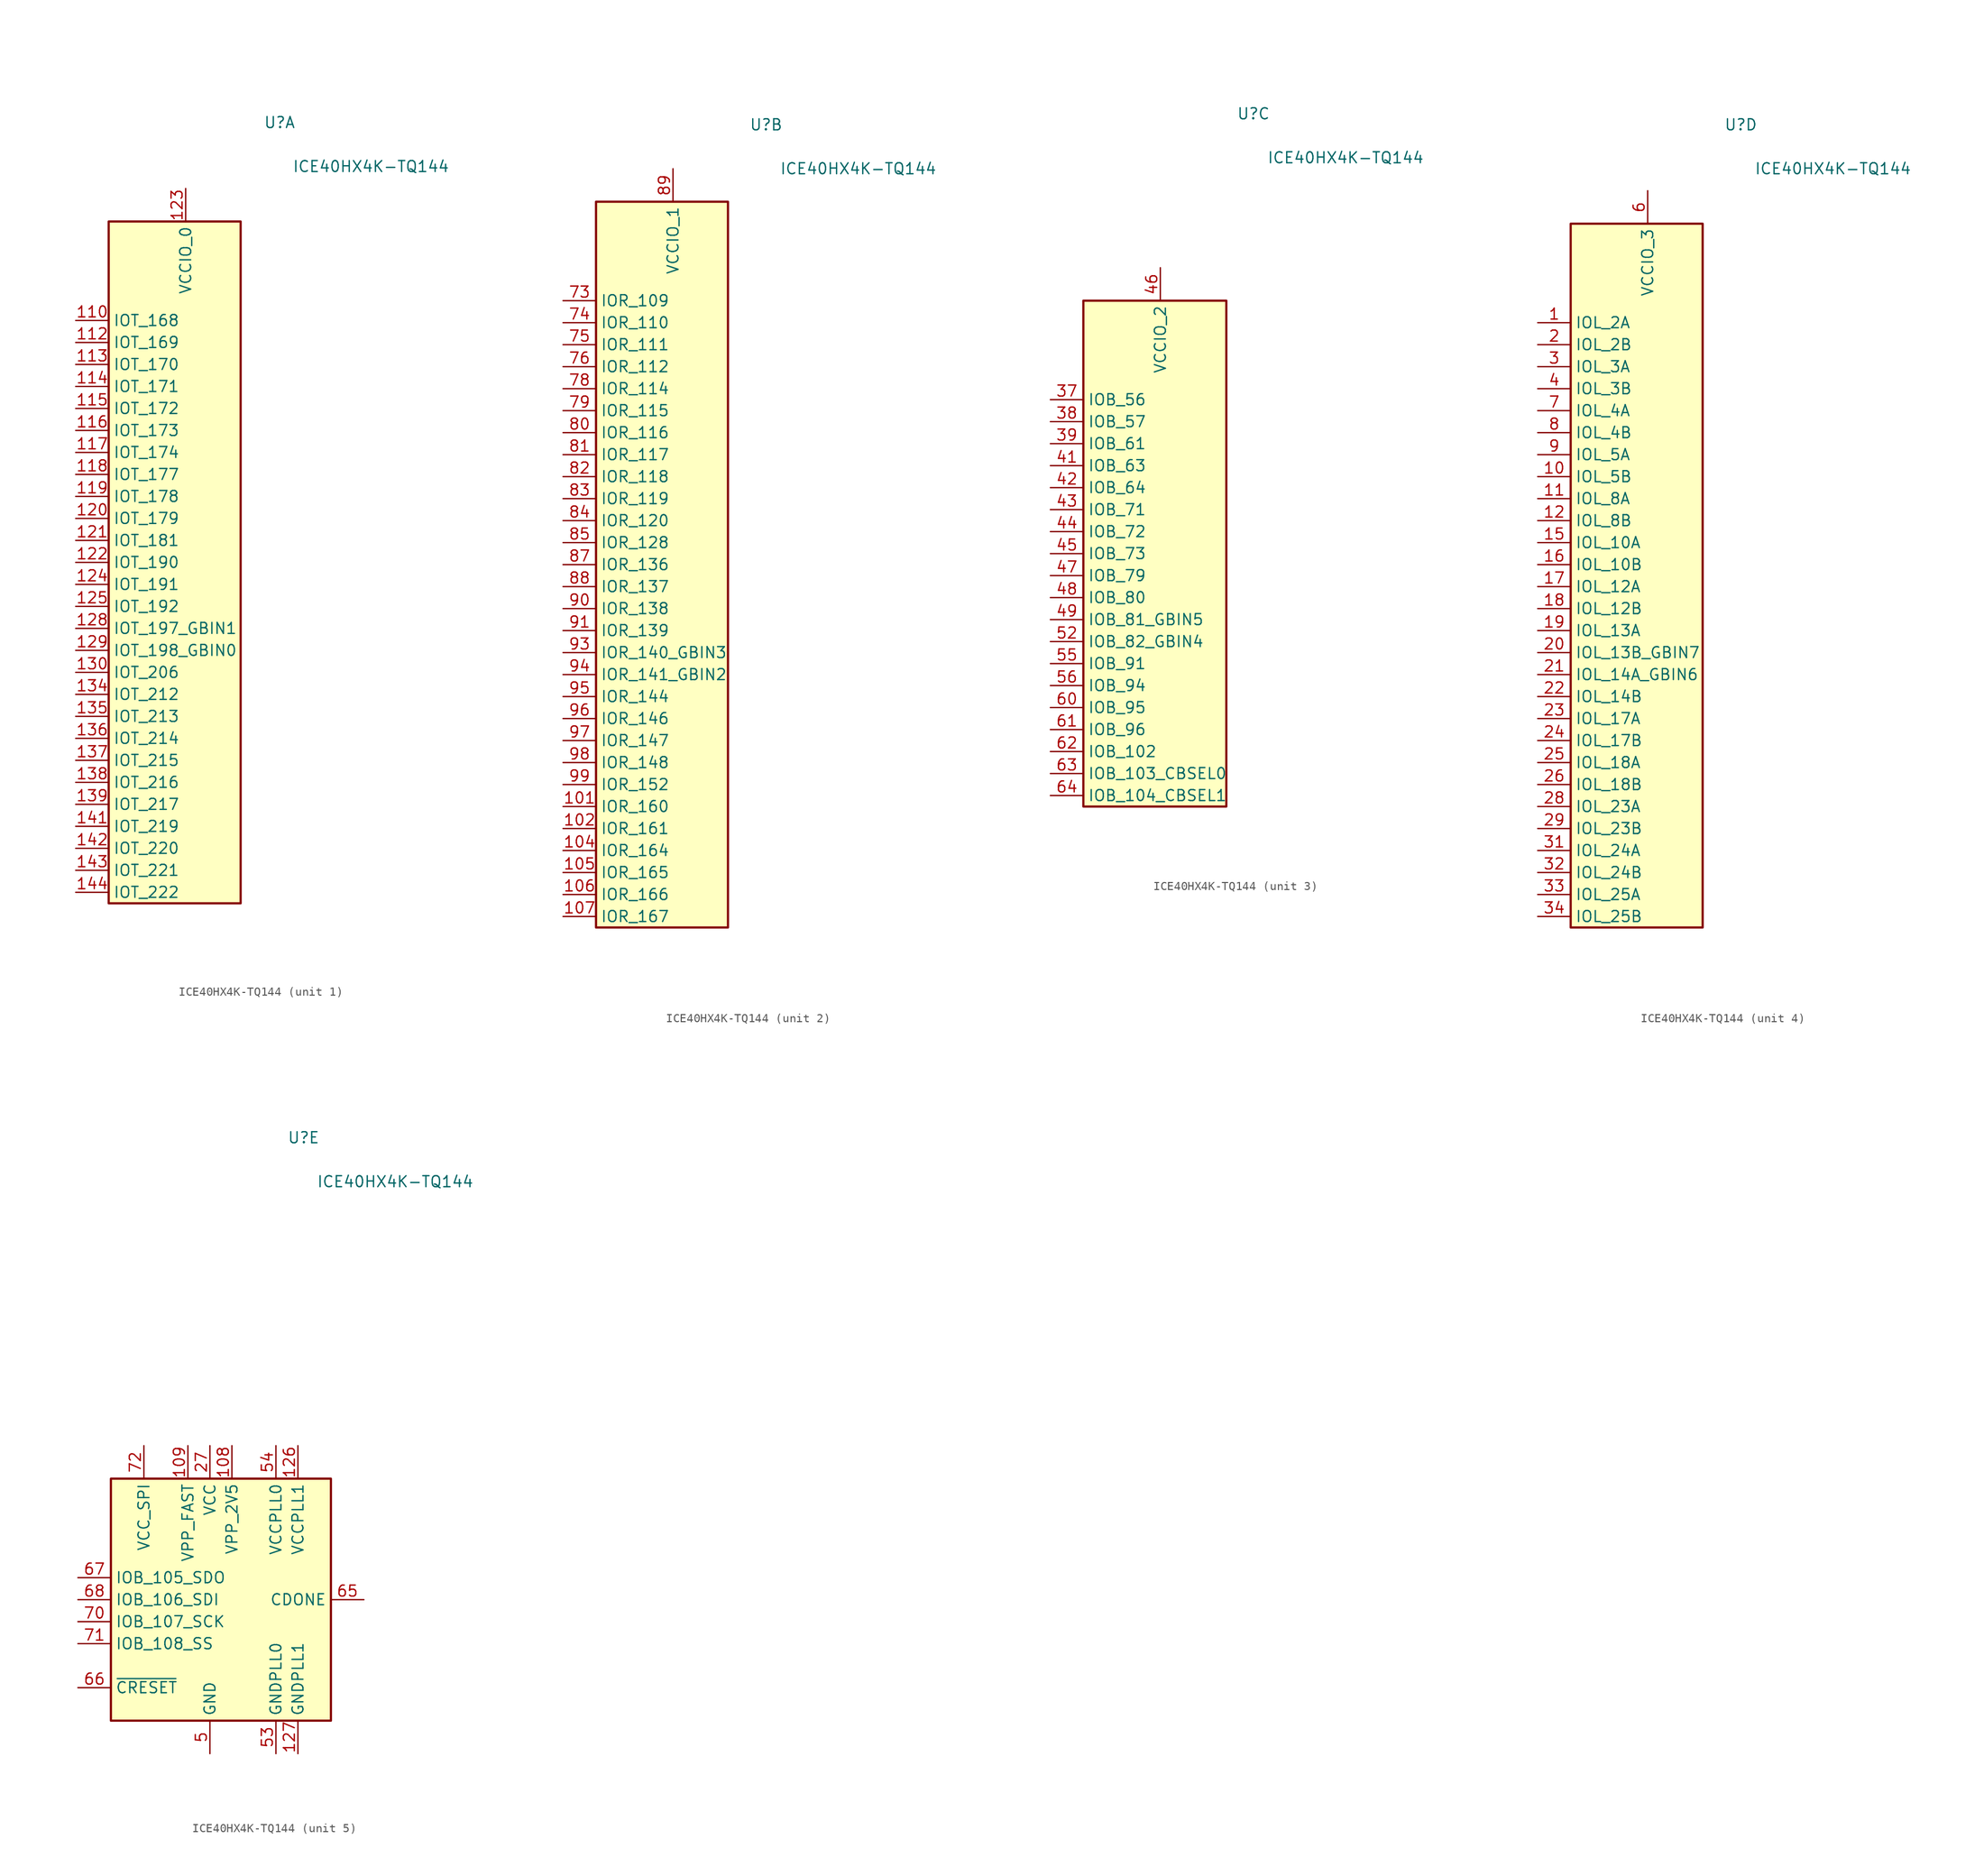
<source format=kicad_sym>
(kicad_symbol_lib
  (version 20220914)
  (generator kicad_symbol_editor)
  (symbol "ICE40HX4K-TQ144"
    (property "Reference" "U"
      (at 12.7 53.34 0)
      (effects (font (size 1.27 1.27)) (justify right)))
    (property "Value" "ICE40HX4K-TQ144"
      (at 30.48 48.26 0)
      (effects (font (size 1.27 1.27)) (justify right)))
    (property "ki_locked" ""
      (at 0 0 0)
      (effects (font (size 1.27 1.27))))
    (symbol "ICE40HX4K-TQ144_1_1"
      (rectangle (start -8.89 41.91) (end 6.35 -36.83) (stroke (width 0.254) (type solid)) (fill (type background)))
      (pin bidirectional line (at -12.7 30.48 0) (length 3.81) (name "IOT_168" (effects (font (size 1.27 1.27)))) (number "110" (effects (font (size 1.27 1.27)))))
      (pin bidirectional line (at -12.7 27.94 0) (length 3.81) (name "IOT_169" (effects (font (size 1.27 1.27)))) (number "112" (effects (font (size 1.27 1.27)))))
      (pin bidirectional line (at -12.7 25.4 0) (length 3.81) (name "IOT_170" (effects (font (size 1.27 1.27)))) (number "113" (effects (font (size 1.27 1.27)))))
      (pin bidirectional line (at -12.7 22.86 0) (length 3.81) (name "IOT_171" (effects (font (size 1.27 1.27)))) (number "114" (effects (font (size 1.27 1.27)))))
      (pin bidirectional line (at -12.7 20.32 0) (length 3.81) (name "IOT_172" (effects (font (size 1.27 1.27)))) (number "115" (effects (font (size 1.27 1.27)))))
      (pin bidirectional line (at -12.7 17.78 0) (length 3.81) (name "IOT_173" (effects (font (size 1.27 1.27)))) (number "116" (effects (font (size 1.27 1.27)))))
      (pin bidirectional line (at -12.7 15.24 0) (length 3.81) (name "IOT_174" (effects (font (size 1.27 1.27)))) (number "117" (effects (font (size 1.27 1.27)))))
      (pin bidirectional line (at -12.7 12.7 0) (length 3.81) (name "IOT_177" (effects (font (size 1.27 1.27)))) (number "118" (effects (font (size 1.27 1.27)))))
      (pin bidirectional line (at -12.7 10.16 0) (length 3.81) (name "IOT_178" (effects (font (size 1.27 1.27)))) (number "119" (effects (font (size 1.27 1.27)))))
      (pin bidirectional line (at -12.7 7.62 0) (length 3.81) (name "IOT_179" (effects (font (size 1.27 1.27)))) (number "120" (effects (font (size 1.27 1.27)))))
      (pin bidirectional line (at -12.7 5.08 0) (length 3.81) (name "IOT_181" (effects (font (size 1.27 1.27)))) (number "121" (effects (font (size 1.27 1.27)))))
      (pin bidirectional line (at -12.7 2.54 0) (length 3.81) (name "IOT_190" (effects (font (size 1.27 1.27)))) (number "122" (effects (font (size 1.27 1.27)))))
      (pin power_in line (at 0 45.72 270) (length 3.81) (name "VCCIO_0" (effects (font (size 1.27 1.27)))) (number "123" (effects (font (size 1.27 1.27)))))
      (pin bidirectional line (at -12.7 0 0) (length 3.81) (name "IOT_191" (effects (font (size 1.27 1.27)))) (number "124" (effects (font (size 1.27 1.27)))))
      (pin bidirectional line (at -12.7 -2.54 0) (length 3.81) (name "IOT_192" (effects (font (size 1.27 1.27)))) (number "125" (effects (font (size 1.27 1.27)))))
      (pin bidirectional line (at -12.7 -5.08 0) (length 3.81) (name "IOT_197_GBIN1" (effects (font (size 1.27 1.27)))) (number "128" (effects (font (size 1.27 1.27)))))
      (pin bidirectional line (at -12.7 -7.62 0) (length 3.81) (name "IOT_198_GBIN0" (effects (font (size 1.27 1.27)))) (number "129" (effects (font (size 1.27 1.27)))))
      (pin bidirectional line (at -12.7 -10.16 0) (length 3.81) (name "IOT_206" (effects (font (size 1.27 1.27)))) (number "130" (effects (font (size 1.27 1.27)))))
      (pin passive line (at 0 45.72 270) (length 3.81) hide (name "VCCIO_0" (effects (font (size 1.27 1.27)))) (number "131" (effects (font (size 1.27 1.27)))))
      (pin bidirectional line (at -12.7 -12.7 0) (length 3.81) (name "IOT_212" (effects (font (size 1.27 1.27)))) (number "134" (effects (font (size 1.27 1.27)))))
      (pin bidirectional line (at -12.7 -15.24 0) (length 3.81) (name "IOT_213" (effects (font (size 1.27 1.27)))) (number "135" (effects (font (size 1.27 1.27)))))
      (pin bidirectional line (at -12.7 -17.78 0) (length 3.81) (name "IOT_214" (effects (font (size 1.27 1.27)))) (number "136" (effects (font (size 1.27 1.27)))))
      (pin bidirectional line (at -12.7 -20.32 0) (length 3.81) (name "IOT_215" (effects (font (size 1.27 1.27)))) (number "137" (effects (font (size 1.27 1.27)))))
      (pin bidirectional line (at -12.7 -22.86 0) (length 3.81) (name "IOT_216" (effects (font (size 1.27 1.27)))) (number "138" (effects (font (size 1.27 1.27)))))
      (pin bidirectional line (at -12.7 -25.4 0) (length 3.81) (name "IOT_217" (effects (font (size 1.27 1.27)))) (number "139" (effects (font (size 1.27 1.27)))))
      (pin bidirectional line (at -12.7 -27.94 0) (length 3.81) (name "IOT_219" (effects (font (size 1.27 1.27)))) (number "141" (effects (font (size 1.27 1.27)))))
      (pin bidirectional line (at -12.7 -30.48 0) (length 3.81) (name "IOT_220" (effects (font (size 1.27 1.27)))) (number "142" (effects (font (size 1.27 1.27)))))
      (pin bidirectional line (at -12.7 -33.02 0) (length 3.81) (name "IOT_221" (effects (font (size 1.27 1.27)))) (number "143" (effects (font (size 1.27 1.27)))))
      (pin bidirectional line (at -12.7 -35.56 0) (length 3.81) (name "IOT_222" (effects (font (size 1.27 1.27)))) (number "144" (effects (font (size 1.27 1.27))))))
    (symbol "ICE40HX4K-TQ144_2_1"
      (rectangle (start -8.89 44.45) (end 6.35 -39.37) (stroke (width 0.254) (type solid)) (fill (type background)))
      (pin passive line (at 0 48.26 270) (length 3.81) hide (name "VCCIO_1" (effects (font (size 1.27 1.27)))) (number "100" (effects (font (size 1.27 1.27)))))
      (pin bidirectional line (at -12.7 -25.4 0) (length 3.81) (name "IOR_160" (effects (font (size 1.27 1.27)))) (number "101" (effects (font (size 1.27 1.27)))))
      (pin bidirectional line (at -12.7 -27.94 0) (length 3.81) (name "IOR_161" (effects (font (size 1.27 1.27)))) (number "102" (effects (font (size 1.27 1.27)))))
      (pin bidirectional line (at -12.7 -30.48 0) (length 3.81) (name "IOR_164" (effects (font (size 1.27 1.27)))) (number "104" (effects (font (size 1.27 1.27)))))
      (pin bidirectional line (at -12.7 -33.02 0) (length 3.81) (name "IOR_165" (effects (font (size 1.27 1.27)))) (number "105" (effects (font (size 1.27 1.27)))))
      (pin bidirectional line (at -12.7 -35.56 0) (length 3.81) (name "IOR_166" (effects (font (size 1.27 1.27)))) (number "106" (effects (font (size 1.27 1.27)))))
      (pin bidirectional line (at -12.7 -38.1 0) (length 3.81) (name "IOR_167" (effects (font (size 1.27 1.27)))) (number "107" (effects (font (size 1.27 1.27)))))
      (pin bidirectional line (at -12.7 33.02 0) (length 3.81) (name "IOR_109" (effects (font (size 1.27 1.27)))) (number "73" (effects (font (size 1.27 1.27)))))
      (pin bidirectional line (at -12.7 30.48 0) (length 3.81) (name "IOR_110" (effects (font (size 1.27 1.27)))) (number "74" (effects (font (size 1.27 1.27)))))
      (pin bidirectional line (at -12.7 27.94 0) (length 3.81) (name "IOR_111" (effects (font (size 1.27 1.27)))) (number "75" (effects (font (size 1.27 1.27)))))
      (pin bidirectional line (at -12.7 25.4 0) (length 3.81) (name "IOR_112" (effects (font (size 1.27 1.27)))) (number "76" (effects (font (size 1.27 1.27)))))
      (pin bidirectional line (at -12.7 22.86 0) (length 3.81) (name "IOR_114" (effects (font (size 1.27 1.27)))) (number "78" (effects (font (size 1.27 1.27)))))
      (pin bidirectional line (at -12.7 20.32 0) (length 3.81) (name "IOR_115" (effects (font (size 1.27 1.27)))) (number "79" (effects (font (size 1.27 1.27)))))
      (pin bidirectional line (at -12.7 17.78 0) (length 3.81) (name "IOR_116" (effects (font (size 1.27 1.27)))) (number "80" (effects (font (size 1.27 1.27)))))
      (pin bidirectional line (at -12.7 15.24 0) (length 3.81) (name "IOR_117" (effects (font (size 1.27 1.27)))) (number "81" (effects (font (size 1.27 1.27)))))
      (pin bidirectional line (at -12.7 12.7 0) (length 3.81) (name "IOR_118" (effects (font (size 1.27 1.27)))) (number "82" (effects (font (size 1.27 1.27)))))
      (pin bidirectional line (at -12.7 10.16 0) (length 3.81) (name "IOR_119" (effects (font (size 1.27 1.27)))) (number "83" (effects (font (size 1.27 1.27)))))
      (pin bidirectional line (at -12.7 7.62 0) (length 3.81) (name "IOR_120" (effects (font (size 1.27 1.27)))) (number "84" (effects (font (size 1.27 1.27)))))
      (pin bidirectional line (at -12.7 5.08 0) (length 3.81) (name "IOR_128" (effects (font (size 1.27 1.27)))) (number "85" (effects (font (size 1.27 1.27)))))
      (pin bidirectional line (at -12.7 2.54 0) (length 3.81) (name "IOR_136" (effects (font (size 1.27 1.27)))) (number "87" (effects (font (size 1.27 1.27)))))
      (pin bidirectional line (at -12.7 0 0) (length 3.81) (name "IOR_137" (effects (font (size 1.27 1.27)))) (number "88" (effects (font (size 1.27 1.27)))))
      (pin power_in line (at 0 48.26 270) (length 3.81) (name "VCCIO_1" (effects (font (size 1.27 1.27)))) (number "89" (effects (font (size 1.27 1.27)))))
      (pin bidirectional line (at -12.7 -2.54 0) (length 3.81) (name "IOR_138" (effects (font (size 1.27 1.27)))) (number "90" (effects (font (size 1.27 1.27)))))
      (pin bidirectional line (at -12.7 -5.08 0) (length 3.81) (name "IOR_139" (effects (font (size 1.27 1.27)))) (number "91" (effects (font (size 1.27 1.27)))))
      (pin bidirectional line (at -12.7 -7.62 0) (length 3.81) (name "IOR_140_GBIN3" (effects (font (size 1.27 1.27)))) (number "93" (effects (font (size 1.27 1.27)))))
      (pin bidirectional line (at -12.7 -10.16 0) (length 3.81) (name "IOR_141_GBIN2" (effects (font (size 1.27 1.27)))) (number "94" (effects (font (size 1.27 1.27)))))
      (pin bidirectional line (at -12.7 -12.7 0) (length 3.81) (name "IOR_144" (effects (font (size 1.27 1.27)))) (number "95" (effects (font (size 1.27 1.27)))))
      (pin bidirectional line (at -12.7 -15.24 0) (length 3.81) (name "IOR_146" (effects (font (size 1.27 1.27)))) (number "96" (effects (font (size 1.27 1.27)))))
      (pin bidirectional line (at -12.7 -17.78 0) (length 3.81) (name "IOR_147" (effects (font (size 1.27 1.27)))) (number "97" (effects (font (size 1.27 1.27)))))
      (pin bidirectional line (at -12.7 -20.32 0) (length 3.81) (name "IOR_148" (effects (font (size 1.27 1.27)))) (number "98" (effects (font (size 1.27 1.27)))))
      (pin bidirectional line (at -12.7 -22.86 0) (length 3.81) (name "IOR_152" (effects (font (size 1.27 1.27)))) (number "99" (effects (font (size 1.27 1.27))))))
    (symbol "ICE40HX4K-TQ144_3_1"
      (rectangle (start -8.89 31.75) (end 7.62 -26.67) (stroke (width 0.254) (type solid)) (fill (type background)))
      (pin bidirectional line (at -12.7 20.32 0) (length 3.81) (name "IOB_56" (effects (font (size 1.27 1.27)))) (number "37" (effects (font (size 1.27 1.27)))))
      (pin bidirectional line (at -12.7 17.78 0) (length 3.81) (name "IOB_57" (effects (font (size 1.27 1.27)))) (number "38" (effects (font (size 1.27 1.27)))))
      (pin bidirectional line (at -12.7 15.24 0) (length 3.81) (name "IOB_61" (effects (font (size 1.27 1.27)))) (number "39" (effects (font (size 1.27 1.27)))))
      (pin bidirectional line (at -12.7 12.7 0) (length 3.81) (name "IOB_63" (effects (font (size 1.27 1.27)))) (number "41" (effects (font (size 1.27 1.27)))))
      (pin bidirectional line (at -12.7 10.16 0) (length 3.81) (name "IOB_64" (effects (font (size 1.27 1.27)))) (number "42" (effects (font (size 1.27 1.27)))))
      (pin bidirectional line (at -12.7 7.62 0) (length 3.81) (name "IOB_71" (effects (font (size 1.27 1.27)))) (number "43" (effects (font (size 1.27 1.27)))))
      (pin bidirectional line (at -12.7 5.08 0) (length 3.81) (name "IOB_72" (effects (font (size 1.27 1.27)))) (number "44" (effects (font (size 1.27 1.27)))))
      (pin bidirectional line (at -12.7 2.54 0) (length 3.81) (name "IOB_73" (effects (font (size 1.27 1.27)))) (number "45" (effects (font (size 1.27 1.27)))))
      (pin power_in line (at 0 35.56 270) (length 3.81) (name "VCCIO_2" (effects (font (size 1.27 1.27)))) (number "46" (effects (font (size 1.27 1.27)))))
      (pin bidirectional line (at -12.7 0 0) (length 3.81) (name "IOB_79" (effects (font (size 1.27 1.27)))) (number "47" (effects (font (size 1.27 1.27)))))
      (pin bidirectional line (at -12.7 -2.54 0) (length 3.81) (name "IOB_80" (effects (font (size 1.27 1.27)))) (number "48" (effects (font (size 1.27 1.27)))))
      (pin bidirectional line (at -12.7 -5.08 0) (length 3.81) (name "IOB_81_GBIN5" (effects (font (size 1.27 1.27)))) (number "49" (effects (font (size 1.27 1.27)))))
      (pin bidirectional line (at -12.7 -7.62 0) (length 3.81) (name "IOB_82_GBIN4" (effects (font (size 1.27 1.27)))) (number "52" (effects (font (size 1.27 1.27)))))
      (pin bidirectional line (at -12.7 -10.16 0) (length 3.81) (name "IOB_91" (effects (font (size 1.27 1.27)))) (number "55" (effects (font (size 1.27 1.27)))))
      (pin bidirectional line (at -12.7 -12.7 0) (length 3.81) (name "IOB_94" (effects (font (size 1.27 1.27)))) (number "56" (effects (font (size 1.27 1.27)))))
      (pin passive line (at 0 35.56 270) (length 3.81) hide (name "VCCIO_2" (effects (font (size 1.27 1.27)))) (number "57" (effects (font (size 1.27 1.27)))))
      (pin bidirectional line (at -12.7 -15.24 0) (length 3.81) (name "IOB_95" (effects (font (size 1.27 1.27)))) (number "60" (effects (font (size 1.27 1.27)))))
      (pin bidirectional line (at -12.7 -17.78 0) (length 3.81) (name "IOB_96" (effects (font (size 1.27 1.27)))) (number "61" (effects (font (size 1.27 1.27)))))
      (pin bidirectional line (at -12.7 -20.32 0) (length 3.81) (name "IOB_102" (effects (font (size 1.27 1.27)))) (number "62" (effects (font (size 1.27 1.27)))))
      (pin bidirectional line (at -12.7 -22.86 0) (length 3.81) (name "IOB_103_CBSEL0" (effects (font (size 1.27 1.27)))) (number "63" (effects (font (size 1.27 1.27)))))
      (pin bidirectional line (at -12.7 -25.4 0) (length 3.81) (name "IOB_104_CBSEL1" (effects (font (size 1.27 1.27)))) (number "64" (effects (font (size 1.27 1.27))))))
    (symbol "ICE40HX4K-TQ144_4_1"
      (rectangle (start -8.89 41.91) (end 6.35 -39.37) (stroke (width 0.254) (type solid)) (fill (type background)))
      (pin bidirectional line (at -12.7 30.48 0) (length 3.81) (name "IOL_2A" (effects (font (size 1.27 1.27)))) (number "1" (effects (font (size 1.27 1.27)))))
      (pin bidirectional line (at -12.7 12.7 0) (length 3.81) (name "IOL_5B" (effects (font (size 1.27 1.27)))) (number "10" (effects (font (size 1.27 1.27)))))
      (pin bidirectional line (at -12.7 10.16 0) (length 3.81) (name "IOL_8A" (effects (font (size 1.27 1.27)))) (number "11" (effects (font (size 1.27 1.27)))))
      (pin bidirectional line (at -12.7 7.62 0) (length 3.81) (name "IOL_8B" (effects (font (size 1.27 1.27)))) (number "12" (effects (font (size 1.27 1.27)))))
      (pin bidirectional line (at -12.7 5.08 0) (length 3.81) (name "IOL_10A" (effects (font (size 1.27 1.27)))) (number "15" (effects (font (size 1.27 1.27)))))
      (pin bidirectional line (at -12.7 2.54 0) (length 3.81) (name "IOL_10B" (effects (font (size 1.27 1.27)))) (number "16" (effects (font (size 1.27 1.27)))))
      (pin bidirectional line (at -12.7 0 0) (length 3.81) (name "IOL_12A" (effects (font (size 1.27 1.27)))) (number "17" (effects (font (size 1.27 1.27)))))
      (pin bidirectional line (at -12.7 -2.54 0) (length 3.81) (name "IOL_12B" (effects (font (size 1.27 1.27)))) (number "18" (effects (font (size 1.27 1.27)))))
      (pin bidirectional line (at -12.7 -5.08 0) (length 3.81) (name "IOL_13A" (effects (font (size 1.27 1.27)))) (number "19" (effects (font (size 1.27 1.27)))))
      (pin bidirectional line (at -12.7 27.94 0) (length 3.81) (name "IOL_2B" (effects (font (size 1.27 1.27)))) (number "2" (effects (font (size 1.27 1.27)))))
      (pin bidirectional line (at -12.7 -7.62 0) (length 3.81) (name "IOL_13B_GBIN7" (effects (font (size 1.27 1.27)))) (number "20" (effects (font (size 1.27 1.27)))))
      (pin bidirectional line (at -12.7 -10.16 0) (length 3.81) (name "IOL_14A_GBIN6" (effects (font (size 1.27 1.27)))) (number "21" (effects (font (size 1.27 1.27)))))
      (pin bidirectional line (at -12.7 -12.7 0) (length 3.81) (name "IOL_14B" (effects (font (size 1.27 1.27)))) (number "22" (effects (font (size 1.27 1.27)))))
      (pin bidirectional line (at -12.7 -15.24 0) (length 3.81) (name "IOL_17A" (effects (font (size 1.27 1.27)))) (number "23" (effects (font (size 1.27 1.27)))))
      (pin bidirectional line (at -12.7 -17.78 0) (length 3.81) (name "IOL_17B" (effects (font (size 1.27 1.27)))) (number "24" (effects (font (size 1.27 1.27)))))
      (pin bidirectional line (at -12.7 -20.32 0) (length 3.81) (name "IOL_18A" (effects (font (size 1.27 1.27)))) (number "25" (effects (font (size 1.27 1.27)))))
      (pin bidirectional line (at -12.7 -22.86 0) (length 3.81) (name "IOL_18B" (effects (font (size 1.27 1.27)))) (number "26" (effects (font (size 1.27 1.27)))))
      (pin bidirectional line (at -12.7 -25.4 0) (length 3.81) (name "IOL_23A" (effects (font (size 1.27 1.27)))) (number "28" (effects (font (size 1.27 1.27)))))
      (pin bidirectional line (at -12.7 -27.94 0) (length 3.81) (name "IOL_23B" (effects (font (size 1.27 1.27)))) (number "29" (effects (font (size 1.27 1.27)))))
      (pin bidirectional line (at -12.7 25.4 0) (length 3.81) (name "IOL_3A" (effects (font (size 1.27 1.27)))) (number "3" (effects (font (size 1.27 1.27)))))
      (pin passive line (at 0 45.72 270) (length 3.81) hide (name "VCCIO_3" (effects (font (size 1.27 1.27)))) (number "30" (effects (font (size 1.27 1.27)))))
      (pin bidirectional line (at -12.7 -30.48 0) (length 3.81) (name "IOL_24A" (effects (font (size 1.27 1.27)))) (number "31" (effects (font (size 1.27 1.27)))))
      (pin bidirectional line (at -12.7 -33.02 0) (length 3.81) (name "IOL_24B" (effects (font (size 1.27 1.27)))) (number "32" (effects (font (size 1.27 1.27)))))
      (pin bidirectional line (at -12.7 -35.56 0) (length 3.81) (name "IOL_25A" (effects (font (size 1.27 1.27)))) (number "33" (effects (font (size 1.27 1.27)))))
      (pin bidirectional line (at -12.7 -38.1 0) (length 3.81) (name "IOL_25B" (effects (font (size 1.27 1.27)))) (number "34" (effects (font (size 1.27 1.27)))))
      (pin bidirectional line (at -12.7 22.86 0) (length 3.81) (name "IOL_3B" (effects (font (size 1.27 1.27)))) (number "4" (effects (font (size 1.27 1.27)))))
      (pin power_in line (at 0 45.72 270) (length 3.81) (name "VCCIO_3" (effects (font (size 1.27 1.27)))) (number "6" (effects (font (size 1.27 1.27)))))
      (pin bidirectional line (at -12.7 20.32 0) (length 3.81) (name "IOL_4A" (effects (font (size 1.27 1.27)))) (number "7" (effects (font (size 1.27 1.27)))))
      (pin bidirectional line (at -12.7 17.78 0) (length 3.81) (name "IOL_4B" (effects (font (size 1.27 1.27)))) (number "8" (effects (font (size 1.27 1.27)))))
      (pin bidirectional line (at -12.7 15.24 0) (length 3.81) (name "IOL_5A" (effects (font (size 1.27 1.27)))) (number "9" (effects (font (size 1.27 1.27))))))
    (symbol "ICE40HX4K-TQ144_5_1"
      (rectangle (start -11.43 13.97) (end 13.97 -13.97) (stroke (width 0.254) (type solid)) (fill (type background)))
      (pin passive line (at 0 -17.78 90) (length 3.81) hide (name "GND" (effects (font (size 1.27 1.27)))) (number "103" (effects (font (size 1.27 1.27)))))
      (pin power_in line (at 2.54 17.78 270) (length 3.81) (name "VPP_2V5" (effects (font (size 1.27 1.27)))) (number "108" (effects (font (size 1.27 1.27)))))
      (pin power_in line (at -2.54 17.78 270) (length 3.81) (name "VPP_FAST" (effects (font (size 1.27 1.27)))) (number "109" (effects (font (size 1.27 1.27)))))
      (pin passive line (at 0 17.78 270) (length 3.81) hide (name "VCC" (effects (font (size 1.27 1.27)))) (number "111" (effects (font (size 1.27 1.27)))))
      (pin power_in line (at 10.16 17.78 270) (length 3.81) (name "VCCPLL1" (effects (font (size 1.27 1.27)))) (number "126" (effects (font (size 1.27 1.27)))))
      (pin power_in line (at 10.16 -17.78 90) (length 3.81) (name "GNDPLL1" (effects (font (size 1.27 1.27)))) (number "127" (effects (font (size 1.27 1.27)))))
      (pin passive line (at 0 -17.78 90) (length 3.81) hide (name "GND" (effects (font (size 1.27 1.27)))) (number "13" (effects (font (size 1.27 1.27)))))
      (pin passive line (at 0 -17.78 90) (length 3.81) hide (name "GND" (effects (font (size 1.27 1.27)))) (number "132" (effects (font (size 1.27 1.27)))))
      (pin no_connect line (at 12.7 -10.16 180) (length 3.81) hide (name "NC" (effects (font (size 1.27 1.27)))) (number "133" (effects (font (size 1.27 1.27)))))
      (pin passive line (at 0 -17.78 90) (length 3.81) hide (name "GND" (effects (font (size 1.27 1.27)))) (number "14" (effects (font (size 1.27 1.27)))))
      (pin passive line (at 0 -17.78 90) (length 3.81) hide (name "GND" (effects (font (size 1.27 1.27)))) (number "140" (effects (font (size 1.27 1.27)))))
      (pin power_in line (at 0 17.78 270) (length 3.81) (name "VCC" (effects (font (size 1.27 1.27)))) (number "27" (effects (font (size 1.27 1.27)))))
      (pin no_connect line (at 12.7 5.08 180) (length 3.81) hide (name "NC" (effects (font (size 1.27 1.27)))) (number "35" (effects (font (size 1.27 1.27)))))
      (pin no_connect line (at 12.7 2.54 180) (length 3.81) hide (name "NC" (effects (font (size 1.27 1.27)))) (number "36" (effects (font (size 1.27 1.27)))))
      (pin passive line (at 0 17.78 270) (length 3.81) hide (name "VCC" (effects (font (size 1.27 1.27)))) (number "40" (effects (font (size 1.27 1.27)))))
      (pin power_in line (at 0 -17.78 90) (length 3.81) (name "GND" (effects (font (size 1.27 1.27)))) (number "5" (effects (font (size 1.27 1.27)))))
      (pin no_connect line (at 12.7 -2.54 180) (length 3.81) hide (name "NC" (effects (font (size 1.27 1.27)))) (number "50" (effects (font (size 1.27 1.27)))))
      (pin no_connect line (at 12.7 -5.08 180) (length 3.81) hide (name "NC" (effects (font (size 1.27 1.27)))) (number "51" (effects (font (size 1.27 1.27)))))
      (pin power_in line (at 7.62 -17.78 90) (length 3.81) (name "GNDPLL0" (effects (font (size 1.27 1.27)))) (number "53" (effects (font (size 1.27 1.27)))))
      (pin power_in line (at 7.62 17.78 270) (length 3.81) (name "VCCPLL0" (effects (font (size 1.27 1.27)))) (number "54" (effects (font (size 1.27 1.27)))))
      (pin no_connect line (at 12.7 -7.62 180) (length 3.81) hide (name "NC" (effects (font (size 1.27 1.27)))) (number "58" (effects (font (size 1.27 1.27)))))
      (pin passive line (at 0 -17.78 90) (length 3.81) hide (name "GND" (effects (font (size 1.27 1.27)))) (number "59" (effects (font (size 1.27 1.27)))))
      (pin open_collector line (at 17.78 0 180) (length 3.81) (name "CDONE" (effects (font (size 1.27 1.27)))) (number "65" (effects (font (size 1.27 1.27)))))
      (pin input line (at -15.24 -10.16 0) (length 3.81) (name "~{CRESET}" (effects (font (size 1.27 1.27)))) (number "66" (effects (font (size 1.27 1.27)))))
      (pin bidirectional line (at -15.24 2.54 0) (length 3.81) (name "IOB_105_SDO" (effects (font (size 1.27 1.27)))) (number "67" (effects (font (size 1.27 1.27)))))
      (pin bidirectional line (at -15.24 0 0) (length 3.81) (name "IOB_106_SDI" (effects (font (size 1.27 1.27)))) (number "68" (effects (font (size 1.27 1.27)))))
      (pin passive line (at 0 -17.78 90) (length 3.81) hide (name "GND" (effects (font (size 1.27 1.27)))) (number "69" (effects (font (size 1.27 1.27)))))
      (pin bidirectional line (at -15.24 -2.54 0) (length 3.81) (name "IOB_107_SCK" (effects (font (size 1.27 1.27)))) (number "70" (effects (font (size 1.27 1.27)))))
      (pin bidirectional line (at -15.24 -5.08 0) (length 3.81) (name "IOB_108_SS" (effects (font (size 1.27 1.27)))) (number "71" (effects (font (size 1.27 1.27)))))
      (pin power_in line (at -7.62 17.78 270) (length 3.81) (name "VCC_SPI" (effects (font (size 1.27 1.27)))) (number "72" (effects (font (size 1.27 1.27)))))
      (pin no_connect line (at 12.7 7.62 180) (length 3.81) hide (name "NC" (effects (font (size 1.27 1.27)))) (number "77" (effects (font (size 1.27 1.27)))))
      (pin passive line (at 0 -17.78 90) (length 3.81) hide (name "GND" (effects (font (size 1.27 1.27)))) (number "86" (effects (font (size 1.27 1.27)))))
      (pin passive line (at 0 17.78 270) (length 3.81) hide (name "VCC" (effects (font (size 1.27 1.27)))) (number "92" (effects (font (size 1.27 1.27))))))))
</source>
